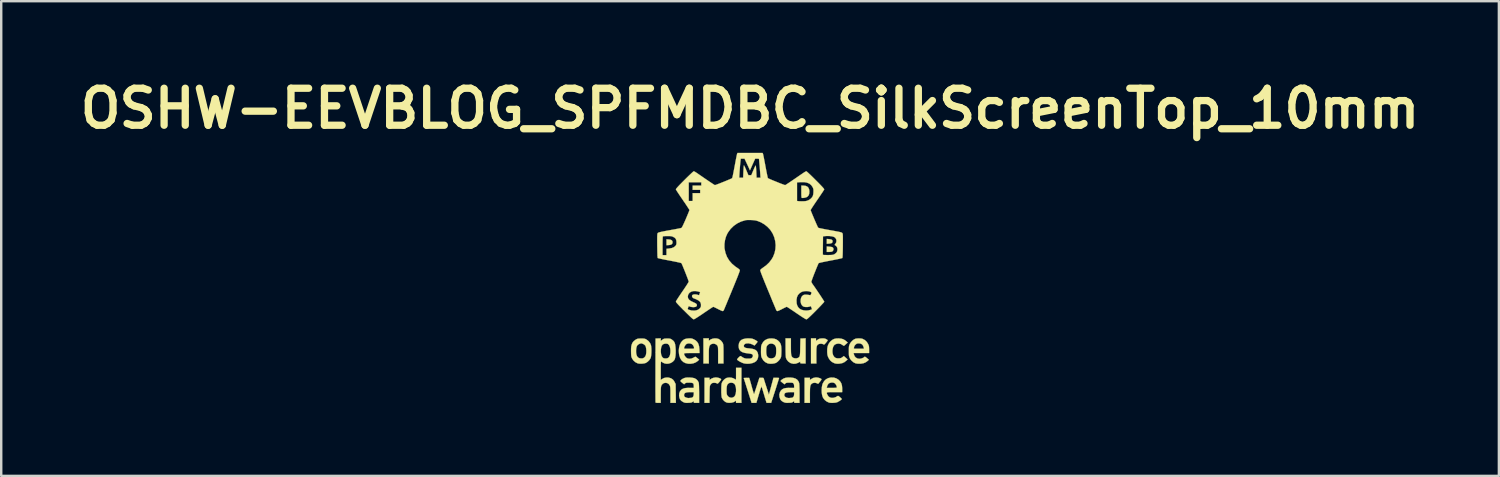
<source format=kicad_pcb>
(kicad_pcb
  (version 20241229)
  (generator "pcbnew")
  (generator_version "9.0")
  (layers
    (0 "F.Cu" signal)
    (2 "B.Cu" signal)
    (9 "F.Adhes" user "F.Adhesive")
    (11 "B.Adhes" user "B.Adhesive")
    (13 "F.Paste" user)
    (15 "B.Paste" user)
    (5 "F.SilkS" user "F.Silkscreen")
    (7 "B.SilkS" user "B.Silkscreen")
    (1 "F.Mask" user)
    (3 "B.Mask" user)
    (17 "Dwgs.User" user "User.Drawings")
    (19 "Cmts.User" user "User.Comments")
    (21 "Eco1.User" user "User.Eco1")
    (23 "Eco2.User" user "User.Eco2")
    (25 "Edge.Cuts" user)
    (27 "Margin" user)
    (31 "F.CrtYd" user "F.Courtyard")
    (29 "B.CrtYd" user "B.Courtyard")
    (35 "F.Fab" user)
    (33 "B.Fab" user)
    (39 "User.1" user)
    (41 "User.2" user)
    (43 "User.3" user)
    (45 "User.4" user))
  (footprint "OSHW-EEVBLOG_SPFMDBC_SilkScreenTop_10mm"
    (layer "F.Cu")
    (at 27.838 8.403)
    (property "Reference" "OSHW-EEVBLOG_SPFMDBC_SilkScreenTop_10mm" (at 0 -6.985 0) (layer "F.SilkS") (effects (font (size 1.524 1.524) (thickness 0.3))))
    (attr through_hole)
    (fp_poly (pts (xy -3.343 -1.592) (xy -3.27 -1.581) (xy -3.222 -1.557) (xy -3.196 -1.519) (xy -3.19 -1.477) (xy -3.199 -1.426) (xy -3.229 -1.391) (xy -3.282 -1.369) (xy -3.343 -1.361) (xy -3.441 -1.355) (xy -3.441 -1.598) (xy -3.343 -1.592)) (stroke (width 0.01) (type solid)) (fill yes) (layer "F.SilkS"))
    (fp_poly (pts (xy 3.259 -1.605) (xy 3.328 -1.594) (xy 3.371 -1.577) (xy 3.394 -1.551) (xy 3.4 -1.514) (xy 3.392 -1.472) (xy 3.366 -1.444) (xy 3.317 -1.428) (xy 3.256 -1.42) (xy 3.16 -1.414) (xy 3.16 -1.614) (xy 3.259 -1.605)) (stroke (width 0.01) (type solid)) (fill yes) (layer "F.SilkS"))
    (fp_poly (pts (xy 3.263 -1.295) (xy 3.319 -1.289) (xy 3.367 -1.28) (xy 3.396 -1.27) (xy 3.426 -1.24) (xy 3.438 -1.197) (xy 3.43 -1.152) (xy 3.405 -1.113) (xy 3.374 -1.092) (xy 3.338 -1.084) (xy 3.286 -1.079) (xy 3.248 -1.078) (xy 3.16 -1.078) (xy 3.16 -1.304) (xy 3.263 -1.295)) (stroke (width 0.01) (type solid)) (fill yes) (layer "F.SilkS"))
    (fp_poly (pts (xy 2.197 -3.81) (xy 2.288 -3.8) (xy 2.358 -3.769) (xy 2.407 -3.718) (xy 2.435 -3.646) (xy 2.444 -3.559) (xy 2.435 -3.468) (xy 2.406 -3.398) (xy 2.358 -3.35) (xy 2.333 -3.335) (xy 2.287 -3.319) (xy 2.232 -3.307) (xy 2.178 -3.3) (xy 2.138 -3.301) (xy 2.13 -3.303) (xy 2.123 -3.314) (xy 2.118 -3.343) (xy 2.114 -3.392) (xy 2.112 -3.465) (xy 2.112 -3.56) (xy 2.112 -3.81) (xy 2.197 -3.81)) (stroke (width 0.01) (type solid)) (fill yes) (layer "F.SilkS"))
    (fp_poly (pts (xy 2.783 4.096) (xy 2.839 4.109) (xy 2.892 4.128) (xy 2.931 4.149) (xy 2.945 4.162) (xy 2.94 4.179) (xy 2.92 4.212) (xy 2.888 4.255) (xy 2.879 4.266) (xy 2.804 4.356) (xy 2.758 4.332) (xy 2.697 4.313) (xy 2.632 4.312) (xy 2.574 4.327) (xy 2.556 4.338) (xy 2.529 4.36) (xy 2.508 4.383) (xy 2.492 4.413) (xy 2.481 4.452) (xy 2.473 4.504) (xy 2.469 4.574) (xy 2.467 4.665) (xy 2.466 4.781) (xy 2.466 4.803) (xy 2.466 5.139) (xy 2.245 5.139) (xy 2.245 4.105) (xy 2.466 4.105) (xy 2.466 4.195) (xy 2.514 4.16) (xy 2.599 4.113) (xy 2.695 4.092) (xy 2.733 4.091) (xy 2.783 4.096)) (stroke (width 0.01) (type solid)) (fill yes) (layer "F.SilkS"))
    (fp_poly (pts (xy 2.717 2.584) (xy 2.785 2.536) (xy 2.826 2.51) (xy 2.865 2.495) (xy 2.913 2.487) (xy 2.959 2.483) (xy 3.024 2.482) (xy 3.071 2.488) (xy 3.111 2.501) (xy 3.127 2.509) (xy 3.166 2.531) (xy 3.192 2.549) (xy 3.197 2.555) (xy 3.193 2.573) (xy 3.172 2.605) (xy 3.14 2.647) (xy 3.13 2.659) (xy 3.091 2.703) (xy 3.066 2.728) (xy 3.049 2.737) (xy 3.033 2.733) (xy 3.017 2.724) (xy 2.967 2.705) (xy 2.905 2.701) (xy 2.846 2.711) (xy 2.814 2.726) (xy 2.789 2.744) (xy 2.769 2.764) (xy 2.754 2.79) (xy 2.744 2.826) (xy 2.737 2.875) (xy 2.733 2.941) (xy 2.732 3.028) (xy 2.731 3.139) (xy 2.731 3.176) (xy 2.733 3.515) (xy 2.51 3.515) (xy 2.51 2.481) (xy 2.717 2.481) (xy 2.717 2.584)) (stroke (width 0.01) (type solid)) (fill yes) (layer "F.SilkS"))
    (fp_poly (pts (xy -1.343 4.097) (xy -1.283 4.112) (xy -1.23 4.132) (xy -1.195 4.156) (xy -1.189 4.163) (xy -1.194 4.182) (xy -1.214 4.216) (xy -1.248 4.259) (xy -1.256 4.269) (xy -1.295 4.313) (xy -1.32 4.337) (xy -1.337 4.346) (xy -1.353 4.343) (xy -1.369 4.333) (xy -1.414 4.317) (xy -1.472 4.31) (xy -1.529 4.314) (xy -1.563 4.326) (xy -1.591 4.348) (xy -1.622 4.383) (xy -1.627 4.39) (xy -1.638 4.406) (xy -1.646 4.423) (xy -1.653 4.445) (xy -1.657 4.477) (xy -1.66 4.521) (xy -1.663 4.582) (xy -1.664 4.664) (xy -1.666 4.771) (xy -1.666 4.788) (xy -1.671 5.139) (xy -1.875 5.139) (xy -1.875 4.105) (xy -1.669 4.105) (xy -1.669 4.152) (xy -1.667 4.183) (xy -1.66 4.188) (xy -1.643 4.175) (xy -1.584 4.136) (xy -1.508 4.107) (xy -1.429 4.092) (xy -1.403 4.091) (xy -1.343 4.097)) (stroke (width 0.01) (type solid)) (fill yes) (layer "F.SilkS"))
    (fp_poly (pts (xy 2.289 3.515) (xy 2.178 3.515) (xy 2.122 3.514) (xy 2.089 3.511) (xy 2.073 3.504) (xy 2.068 3.491) (xy 2.067 3.479) (xy 2.067 3.442) (xy 1.985 3.486) (xy 1.887 3.522) (xy 1.789 3.529) (xy 1.69 3.507) (xy 1.66 3.494) (xy 1.579 3.44) (xy 1.516 3.365) (xy 1.483 3.297) (xy 1.476 3.268) (xy 1.471 3.223) (xy 1.467 3.159) (xy 1.465 3.073) (xy 1.463 2.962) (xy 1.463 2.861) (xy 1.462 2.481) (xy 1.683 2.481) (xy 1.683 2.814) (xy 1.684 2.934) (xy 1.686 3.028) (xy 1.689 3.1) (xy 1.696 3.155) (xy 1.705 3.196) (xy 1.718 3.226) (xy 1.736 3.25) (xy 1.755 3.269) (xy 1.8 3.293) (xy 1.861 3.305) (xy 1.923 3.303) (xy 1.97 3.287) (xy 1.997 3.272) (xy 2.018 3.256) (xy 2.033 3.235) (xy 2.045 3.206) (xy 2.053 3.165) (xy 2.059 3.108) (xy 2.063 3.032) (xy 2.065 2.933) (xy 2.067 2.843) (xy 2.075 2.488) (xy 2.289 2.48) (xy 2.289 3.515)) (stroke (width 0.01) (type solid)) (fill yes) (layer "F.SilkS"))
    (fp_poly (pts (xy -1.698 2.534) (xy -1.697 2.567) (xy -1.691 2.576) (xy -1.676 2.564) (xy -1.673 2.561) (xy -1.614 2.521) (xy -1.538 2.494) (xy -1.453 2.481) (xy -1.369 2.485) (xy -1.294 2.506) (xy -1.285 2.51) (xy -1.201 2.569) (xy -1.138 2.649) (xy -1.121 2.68) (xy -1.113 2.701) (xy -1.106 2.725) (xy -1.101 2.755) (xy -1.098 2.797) (xy -1.095 2.853) (xy -1.094 2.928) (xy -1.093 3.026) (xy -1.093 3.127) (xy -1.093 3.515) (xy -1.314 3.515) (xy -1.314 3.173) (xy -1.314 3.063) (xy -1.315 2.978) (xy -1.317 2.915) (xy -1.319 2.869) (xy -1.324 2.836) (xy -1.33 2.813) (xy -1.338 2.795) (xy -1.344 2.783) (xy -1.389 2.737) (xy -1.448 2.708) (xy -1.514 2.699) (xy -1.578 2.712) (xy -1.609 2.729) (xy -1.636 2.751) (xy -1.657 2.775) (xy -1.673 2.805) (xy -1.684 2.845) (xy -1.691 2.898) (xy -1.696 2.969) (xy -1.698 3.062) (xy -1.698 3.181) (xy -1.698 3.186) (xy -1.698 3.515) (xy -1.92 3.515) (xy -1.92 2.481) (xy -1.698 2.481) (xy -1.698 2.534)) (stroke (width 0.01) (type solid)) (fill yes) (layer "F.SilkS"))
    (fp_poly (pts (xy 3.668 2.484) (xy 3.762 2.495) (xy 3.838 2.518) (xy 3.909 2.558) (xy 3.964 2.602) (xy 4.022 2.653) (xy 3.951 2.718) (xy 3.913 2.753) (xy 3.882 2.778) (xy 3.867 2.789) (xy 3.849 2.783) (xy 3.819 2.763) (xy 3.809 2.756) (xy 3.738 2.714) (xy 3.656 2.696) (xy 3.573 2.704) (xy 3.495 2.736) (xy 3.491 2.739) (xy 3.45 2.782) (xy 3.419 2.845) (xy 3.4 2.923) (xy 3.393 3.006) (xy 3.399 3.09) (xy 3.419 3.165) (xy 3.429 3.187) (xy 3.472 3.249) (xy 3.526 3.287) (xy 3.596 3.304) (xy 3.658 3.304) (xy 3.717 3.298) (xy 3.759 3.285) (xy 3.798 3.26) (xy 3.806 3.254) (xy 3.862 3.209) (xy 3.94 3.278) (xy 4.018 3.348) (xy 3.969 3.396) (xy 3.885 3.462) (xy 3.79 3.504) (xy 3.678 3.523) (xy 3.655 3.525) (xy 3.581 3.525) (xy 3.524 3.519) (xy 3.473 3.504) (xy 3.463 3.5) (xy 3.371 3.452) (xy 3.298 3.387) (xy 3.24 3.299) (xy 3.231 3.283) (xy 3.208 3.231) (xy 3.193 3.187) (xy 3.184 3.138) (xy 3.179 3.075) (xy 3.177 3.04) (xy 3.179 2.913) (xy 3.196 2.807) (xy 3.231 2.717) (xy 3.283 2.639) (xy 3.313 2.607) (xy 3.384 2.546) (xy 3.458 2.507) (xy 3.541 2.487) (xy 3.642 2.483) (xy 3.668 2.484)) (stroke (width 0.01) (type solid)) (fill yes) (layer "F.SilkS"))
    (fp_poly (pts (xy 0.521 4.106) (xy 0.548 4.111) (xy 0.561 4.124) (xy 0.568 4.146) (xy 0.575 4.172) (xy 0.59 4.221) (xy 0.611 4.288) (xy 0.637 4.37) (xy 0.666 4.46) (xy 0.677 4.494) (xy 0.777 4.8) (xy 0.871 4.453) (xy 0.965 4.105) (xy 1.081 4.105) (xy 1.135 4.106) (xy 1.175 4.109) (xy 1.195 4.114) (xy 1.196 4.115) (xy 1.192 4.131) (xy 1.18 4.171) (xy 1.161 4.232) (xy 1.136 4.31) (xy 1.107 4.401) (xy 1.076 4.501) (xy 1.042 4.607) (xy 1.007 4.714) (xy 0.973 4.819) (xy 0.941 4.918) (xy 0.921 4.98) (xy 0.869 5.139) (xy 0.681 5.139) (xy 0.637 4.995) (xy 0.614 4.921) (xy 0.587 4.83) (xy 0.559 4.737) (xy 0.538 4.667) (xy 0.517 4.596) (xy 0.498 4.535) (xy 0.483 4.489) (xy 0.474 4.465) (xy 0.474 4.463) (xy 0.467 4.472) (xy 0.454 4.505) (xy 0.434 4.559) (xy 0.411 4.631) (xy 0.384 4.718) (xy 0.362 4.792) (xy 0.26 5.139) (xy 0.065 5.139) (xy -0.098 4.626) (xy -0.261 4.113) (xy -0.151 4.108) (xy -0.097 4.107) (xy -0.055 4.108) (xy -0.034 4.111) (xy -0.033 4.112) (xy -0.027 4.128) (xy -0.015 4.168) (xy 0.003 4.229) (xy 0.025 4.306) (xy 0.05 4.395) (xy 0.066 4.455) (xy 0.092 4.548) (xy 0.116 4.63) (xy 0.136 4.698) (xy 0.152 4.746) (xy 0.163 4.773) (xy 0.166 4.776) (xy 0.172 4.759) (xy 0.187 4.717) (xy 0.207 4.656) (xy 0.233 4.579) (xy 0.261 4.49) (xy 0.28 4.434) (xy 0.385 4.105) (xy 0.472 4.105) (xy 0.521 4.106)) (stroke (width 0.01) (type solid)) (fill yes) (layer "F.SilkS"))
    (fp_poly (pts (xy -0.354 5.139) (xy -0.576 5.139) (xy -0.576 5.095) (xy -0.582 5.061) (xy -0.596 5.051) (xy -0.614 5.067) (xy -0.614 5.067) (xy -0.646 5.095) (xy -0.7 5.116) (xy -0.768 5.131) (xy -0.842 5.136) (xy -0.915 5.133) (xy -0.972 5.12) (xy -1.025 5.092) (xy -1.08 5.046) (xy -1.127 4.989) (xy -1.16 4.932) (xy -1.165 4.919) (xy -1.173 4.875) (xy -1.179 4.809) (xy -1.183 4.727) (xy -1.184 4.637) (xy -1.184 4.615) (xy -0.966 4.615) (xy -0.966 4.692) (xy -0.962 4.746) (xy -0.956 4.784) (xy -0.945 4.814) (xy -0.937 4.829) (xy -0.891 4.883) (xy -0.832 4.916) (xy -0.766 4.927) (xy -0.701 4.913) (xy -0.647 4.878) (xy -0.613 4.828) (xy -0.59 4.758) (xy -0.578 4.675) (xy -0.576 4.587) (xy -0.584 4.501) (xy -0.604 4.426) (xy -0.634 4.367) (xy -0.648 4.351) (xy -0.699 4.32) (xy -0.763 4.307) (xy -0.828 4.311) (xy -0.875 4.331) (xy -0.913 4.361) (xy -0.939 4.399) (xy -0.955 4.45) (xy -0.964 4.52) (xy -0.966 4.613) (xy -0.966 4.615) (xy -1.184 4.615) (xy -1.184 4.546) (xy -1.181 4.461) (xy -1.177 4.389) (xy -1.17 4.337) (xy -1.167 4.327) (xy -1.138 4.265) (xy -1.091 4.203) (xy -1.032 4.15) (xy -0.972 4.114) (xy -0.953 4.107) (xy -0.858 4.093) (xy -0.763 4.101) (xy -0.676 4.128) (xy -0.604 4.173) (xy -0.602 4.175) (xy -0.593 4.182) (xy -0.586 4.181) (xy -0.581 4.169) (xy -0.578 4.141) (xy -0.577 4.094) (xy -0.576 4.024) (xy -0.576 3.945) (xy -0.576 3.692) (xy -0.354 3.692) (xy -0.354 5.139)) (stroke (width 0.01) (type solid)) (fill yes) (layer "F.SilkS"))
    (fp_poly (pts (xy -4.412 2.489) (xy -4.363 2.492) (xy -4.327 2.5) (xy -4.295 2.513) (xy -4.265 2.529) (xy -4.179 2.596) (xy -4.115 2.679) (xy -4.081 2.759) (xy -4.07 2.818) (xy -4.063 2.895) (xy -4.061 2.983) (xy -4.063 3.073) (xy -4.069 3.159) (xy -4.079 3.233) (xy -4.093 3.288) (xy -4.098 3.3) (xy -4.146 3.374) (xy -4.213 3.441) (xy -4.286 3.49) (xy -4.29 3.492) (xy -4.347 3.51) (xy -4.422 3.521) (xy -4.502 3.525) (xy -4.576 3.521) (xy -4.625 3.511) (xy -4.717 3.466) (xy -4.796 3.398) (xy -4.851 3.322) (xy -4.868 3.287) (xy -4.881 3.257) (xy -4.889 3.223) (xy -4.894 3.179) (xy -4.898 3.118) (xy -4.9 3.04) (xy -4.9 2.989) (xy -4.693 2.989) (xy -4.691 3.072) (xy -4.682 3.134) (xy -4.655 3.213) (xy -4.612 3.268) (xy -4.552 3.299) (xy -4.482 3.308) (xy -4.429 3.305) (xy -4.393 3.294) (xy -4.357 3.269) (xy -4.35 3.263) (xy -4.316 3.225) (xy -4.294 3.18) (xy -4.282 3.134) (xy -4.272 3.057) (xy -4.271 2.973) (xy -4.279 2.892) (xy -4.295 2.823) (xy -4.312 2.783) (xy -4.348 2.745) (xy -4.4 2.712) (xy -4.455 2.691) (xy -4.482 2.688) (xy -4.533 2.698) (xy -4.588 2.726) (xy -4.634 2.762) (xy -4.651 2.783) (xy -4.673 2.836) (xy -4.687 2.907) (xy -4.693 2.989) (xy -4.9 2.989) (xy -4.9 2.91) (xy -4.89 2.804) (xy -4.868 2.719) (xy -4.834 2.649) (xy -4.785 2.591) (xy -4.719 2.541) (xy -4.699 2.529) (xy -4.664 2.51) (xy -4.632 2.498) (xy -4.594 2.492) (xy -4.542 2.489) (xy -4.482 2.488) (xy -4.412 2.489)) (stroke (width 0.01) (type solid)) (fill yes) (layer "F.SilkS"))
    (fp_poly (pts (xy 0.994 2.495) (xy 1.073 2.52) (xy 1.14 2.563) (xy 1.178 2.597) (xy 1.22 2.643) (xy 1.251 2.691) (xy 1.271 2.745) (xy 1.284 2.811) (xy 1.29 2.896) (xy 1.292 2.99) (xy 1.29 3.084) (xy 1.286 3.165) (xy 1.28 3.227) (xy 1.274 3.258) (xy 1.245 3.319) (xy 1.197 3.383) (xy 1.139 3.441) (xy 1.079 3.485) (xy 1.073 3.488) (xy 1.014 3.509) (xy 0.938 3.522) (xy 0.856 3.527) (xy 0.78 3.523) (xy 0.722 3.51) (xy 0.624 3.459) (xy 0.546 3.386) (xy 0.487 3.291) (xy 0.485 3.286) (xy 0.471 3.253) (xy 0.462 3.22) (xy 0.456 3.18) (xy 0.453 3.128) (xy 0.451 3.057) (xy 0.451 3.005) (xy 0.452 2.971) (xy 0.667 2.971) (xy 0.667 3.078) (xy 0.679 3.161) (xy 0.703 3.223) (xy 0.74 3.266) (xy 0.759 3.28) (xy 0.822 3.303) (xy 0.894 3.306) (xy 0.963 3.29) (xy 0.987 3.278) (xy 1.026 3.244) (xy 1.055 3.201) (xy 1.057 3.197) (xy 1.067 3.155) (xy 1.074 3.093) (xy 1.078 3.02) (xy 1.077 2.946) (xy 1.073 2.88) (xy 1.065 2.832) (xy 1.062 2.825) (xy 1.025 2.762) (xy 0.971 2.719) (xy 0.907 2.697) (xy 0.84 2.696) (xy 0.776 2.717) (xy 0.72 2.763) (xy 0.713 2.771) (xy 0.694 2.799) (xy 0.682 2.827) (xy 0.674 2.863) (xy 0.67 2.914) (xy 0.667 2.971) (xy 0.452 2.971) (xy 0.452 2.92) (xy 0.454 2.857) (xy 0.458 2.811) (xy 0.466 2.775) (xy 0.477 2.742) (xy 0.486 2.721) (xy 0.542 2.627) (xy 0.617 2.556) (xy 0.709 2.508) (xy 0.816 2.485) (xy 0.896 2.484) (xy 0.994 2.495)) (stroke (width 0.01) (type solid)) (fill yes) (layer "F.SilkS"))
    (fp_poly (pts (xy -2.418 2.485) (xy -2.378 2.495) (xy -2.333 2.513) (xy -2.331 2.514) (xy -2.243 2.564) (xy -2.176 2.627) (xy -2.129 2.704) (xy -2.1 2.8) (xy -2.086 2.919) (xy -2.085 2.935) (xy -2.079 3.086) (xy -2.398 3.086) (xy -2.508 3.086) (xy -2.592 3.087) (xy -2.652 3.09) (xy -2.691 3.096) (xy -2.712 3.106) (xy -2.718 3.122) (xy -2.713 3.145) (xy -2.698 3.176) (xy -2.684 3.204) (xy -2.637 3.268) (xy -2.575 3.308) (xy -2.501 3.323) (xy -2.418 3.313) (xy -2.328 3.277) (xy -2.28 3.249) (xy -2.261 3.24) (xy -2.242 3.242) (xy -2.216 3.258) (xy -2.176 3.29) (xy -2.171 3.294) (xy -2.095 3.359) (xy -2.152 3.413) (xy -2.234 3.47) (xy -2.333 3.509) (xy -2.442 3.527) (xy -2.553 3.525) (xy -2.656 3.501) (xy -2.748 3.455) (xy -2.823 3.385) (xy -2.878 3.293) (xy -2.916 3.178) (xy -2.926 3.117) (xy -2.935 2.988) (xy -2.925 2.884) (xy -2.717 2.884) (xy -2.714 2.894) (xy -2.703 2.901) (xy -2.679 2.906) (xy -2.637 2.908) (xy -2.573 2.909) (xy -2.51 2.909) (xy -2.429 2.909) (xy -2.372 2.908) (xy -2.336 2.905) (xy -2.315 2.901) (xy -2.306 2.893) (xy -2.304 2.882) (xy -2.304 2.878) (xy -2.315 2.825) (xy -2.344 2.77) (xy -2.384 2.726) (xy -2.399 2.716) (xy -2.458 2.694) (xy -2.528 2.689) (xy -2.593 2.702) (xy -2.616 2.713) (xy -2.65 2.744) (xy -2.683 2.791) (xy -2.708 2.842) (xy -2.717 2.884) (xy -2.925 2.884) (xy -2.923 2.865) (xy -2.894 2.752) (xy -2.847 2.655) (xy -2.796 2.59) (xy -2.741 2.542) (xy -2.685 2.511) (xy -2.618 2.493) (xy -2.531 2.484) (xy -2.53 2.484) (xy -2.465 2.482) (xy -2.418 2.485)) (stroke (width 0.01) (type solid)) (fill yes) (layer "F.SilkS"))
    (fp_poly (pts (xy 3.451 4.098) (xy 3.55 4.127) (xy 3.639 4.182) (xy 3.665 4.205) (xy 3.723 4.271) (xy 3.763 4.344) (xy 3.786 4.431) (xy 3.795 4.538) (xy 3.795 4.564) (xy 3.795 4.696) (xy 3.478 4.696) (xy 3.369 4.696) (xy 3.286 4.697) (xy 3.227 4.699) (xy 3.188 4.705) (xy 3.167 4.715) (xy 3.16 4.731) (xy 3.164 4.753) (xy 3.177 4.783) (xy 3.189 4.81) (xy 3.232 4.873) (xy 3.291 4.914) (xy 3.363 4.933) (xy 3.443 4.928) (xy 3.529 4.901) (xy 3.605 4.856) (xy 3.622 4.85) (xy 3.644 4.857) (xy 3.677 4.881) (xy 3.705 4.904) (xy 3.743 4.938) (xy 3.77 4.966) (xy 3.78 4.98) (xy 3.769 4.997) (xy 3.737 5.023) (xy 3.694 5.053) (xy 3.646 5.082) (xy 3.601 5.106) (xy 3.575 5.116) (xy 3.522 5.128) (xy 3.453 5.135) (xy 3.377 5.138) (xy 3.307 5.135) (xy 3.253 5.127) (xy 3.249 5.125) (xy 3.16 5.084) (xy 3.079 5.021) (xy 3.016 4.942) (xy 2.99 4.892) (xy 2.966 4.809) (xy 2.952 4.709) (xy 2.949 4.6) (xy 2.955 4.519) (xy 3.157 4.519) (xy 3.365 4.519) (xy 3.447 4.519) (xy 3.505 4.518) (xy 3.541 4.515) (xy 3.562 4.51) (xy 3.571 4.503) (xy 3.574 4.492) (xy 3.574 4.488) (xy 3.562 4.435) (xy 3.533 4.38) (xy 3.494 4.335) (xy 3.479 4.324) (xy 3.437 4.306) (xy 3.386 4.3) (xy 3.356 4.301) (xy 3.285 4.316) (xy 3.232 4.348) (xy 3.194 4.403) (xy 3.166 4.483) (xy 3.157 4.519) (xy 2.955 4.519) (xy 2.957 4.493) (xy 2.975 4.396) (xy 2.995 4.337) (xy 3.052 4.241) (xy 3.126 4.168) (xy 3.217 4.119) (xy 3.325 4.095) (xy 3.339 4.094) (xy 3.451 4.098)) (stroke (width 0.01) (type solid)) (fill yes) (layer "F.SilkS"))
    (fp_poly (pts (xy 4.546 2.485) (xy 4.609 2.494) (xy 4.632 2.501) (xy 4.728 2.551) (xy 4.806 2.625) (xy 4.856 2.703) (xy 4.878 2.749) (xy 4.892 2.788) (xy 4.899 2.829) (xy 4.902 2.883) (xy 4.903 2.941) (xy 4.903 3.086) (xy 4.265 3.086) (xy 4.276 3.134) (xy 4.306 3.214) (xy 4.357 3.273) (xy 4.425 3.31) (xy 4.507 3.322) (xy 4.557 3.316) (xy 4.611 3.301) (xy 4.661 3.281) (xy 4.695 3.259) (xy 4.702 3.25) (xy 4.718 3.237) (xy 4.741 3.24) (xy 4.776 3.262) (xy 4.821 3.299) (xy 4.894 3.363) (xy 4.85 3.403) (xy 4.768 3.465) (xy 4.676 3.504) (xy 4.568 3.523) (xy 4.534 3.524) (xy 4.433 3.523) (xy 4.355 3.512) (xy 4.34 3.507) (xy 4.262 3.469) (xy 4.189 3.409) (xy 4.129 3.336) (xy 4.104 3.29) (xy 4.089 3.256) (xy 4.08 3.223) (xy 4.073 3.184) (xy 4.07 3.134) (xy 4.069 3.066) (xy 4.069 3.005) (xy 4.069 2.92) (xy 4.07 2.893) (xy 4.273 2.893) (xy 4.28 2.901) (xy 4.299 2.905) (xy 4.336 2.908) (xy 4.393 2.909) (xy 4.475 2.909) (xy 4.693 2.909) (xy 4.682 2.861) (xy 4.654 2.782) (xy 4.611 2.727) (xy 4.551 2.697) (xy 4.48 2.688) (xy 4.428 2.691) (xy 4.391 2.703) (xy 4.355 2.729) (xy 4.351 2.732) (xy 4.317 2.769) (xy 4.294 2.806) (xy 4.291 2.817) (xy 4.281 2.857) (xy 4.273 2.883) (xy 4.273 2.893) (xy 4.07 2.893) (xy 4.071 2.858) (xy 4.075 2.812) (xy 4.083 2.776) (xy 4.094 2.743) (xy 4.104 2.72) (xy 4.145 2.652) (xy 4.202 2.587) (xy 4.267 2.534) (xy 4.331 2.501) (xy 4.338 2.498) (xy 4.398 2.487) (xy 4.471 2.483) (xy 4.546 2.485)) (stroke (width 0.01) (type solid)) (fill yes) (layer "F.SilkS"))
    (fp_poly (pts (xy 0.023 2.486) (xy 0.076 2.493) (xy 0.086 2.495) (xy 0.132 2.51) (xy 0.184 2.533) (xy 0.234 2.56) (xy 0.277 2.587) (xy 0.304 2.61) (xy 0.31 2.621) (xy 0.3 2.639) (xy 0.276 2.671) (xy 0.247 2.706) (xy 0.185 2.777) (xy 0.098 2.732) (xy 0.019 2.702) (xy -0.064 2.687) (xy -0.142 2.689) (xy -0.197 2.704) (xy -0.234 2.733) (xy -0.255 2.773) (xy -0.254 2.813) (xy -0.251 2.821) (xy -0.232 2.846) (xy -0.202 2.865) (xy -0.157 2.879) (xy -0.092 2.889) (xy -0.028 2.895) (xy 0.083 2.909) (xy 0.169 2.932) (xy 0.233 2.964) (xy 0.28 3.008) (xy 0.313 3.067) (xy 0.318 3.082) (xy 0.337 3.17) (xy 0.332 3.259) (xy 0.307 3.341) (xy 0.261 3.409) (xy 0.249 3.422) (xy 0.18 3.468) (xy 0.091 3.502) (xy -0.01 3.522) (xy -0.116 3.528) (xy -0.22 3.518) (xy -0.284 3.502) (xy -0.342 3.478) (xy -0.405 3.447) (xy -0.464 3.413) (xy -0.51 3.38) (xy -0.53 3.361) (xy -0.533 3.345) (xy -0.517 3.319) (xy -0.481 3.28) (xy -0.472 3.27) (xy -0.432 3.232) (xy -0.405 3.213) (xy -0.387 3.209) (xy -0.373 3.216) (xy -0.307 3.26) (xy -0.256 3.289) (xy -0.21 3.305) (xy -0.159 3.313) (xy -0.095 3.315) (xy -0.086 3.315) (xy -0.022 3.314) (xy 0.02 3.311) (xy 0.048 3.303) (xy 0.07 3.289) (xy 0.08 3.279) (xy 0.109 3.24) (xy 0.118 3.204) (xy 0.113 3.169) (xy 0.094 3.143) (xy 0.058 3.124) (xy -0.00007 3.111) (xy -0.083 3.1) (xy -0.091 3.1) (xy -0.215 3.081) (xy -0.312 3.051) (xy -0.385 3.008) (xy -0.435 2.951) (xy -0.463 2.879) (xy -0.47 2.79) (xy -0.47 2.775) (xy -0.454 2.68) (xy -0.418 2.605) (xy -0.361 2.549) (xy -0.281 2.51) (xy -0.177 2.488) (xy -0.113 2.483) (xy -0.044 2.483) (xy 0.023 2.486)) (stroke (width 0.01) (type solid)) (fill yes) (layer "F.SilkS"))
    (fp_poly (pts (xy -2.437 4.097) (xy -2.356 4.107) (xy -2.291 4.123) (xy -2.278 4.127) (xy -2.208 4.169) (xy -2.151 4.23) (xy -2.115 4.3) (xy -2.113 4.308) (xy -2.108 4.339) (xy -2.104 4.397) (xy -2.101 4.475) (xy -2.099 4.572) (xy -2.097 4.682) (xy -2.097 4.751) (xy -2.097 5.139) (xy -2.208 5.139) (xy -2.264 5.139) (xy -2.297 5.136) (xy -2.313 5.129) (xy -2.318 5.115) (xy -2.318 5.102) (xy -2.318 5.064) (xy -2.364 5.098) (xy -2.391 5.115) (xy -2.424 5.126) (xy -2.469 5.132) (xy -2.534 5.136) (xy -2.545 5.136) (xy -2.612 5.138) (xy -2.66 5.135) (xy -2.697 5.128) (xy -2.734 5.113) (xy -2.759 5.101) (xy -2.834 5.052) (xy -2.884 4.992) (xy -2.912 4.914) (xy -2.921 4.844) (xy -2.921 4.828) (xy -2.717 4.828) (xy -2.706 4.871) (xy -2.679 4.898) (xy -2.637 4.918) (xy -2.586 4.933) (xy -2.538 4.94) (xy -2.513 4.938) (xy -2.485 4.934) (xy -2.445 4.932) (xy -2.442 4.932) (xy -2.384 4.921) (xy -2.344 4.885) (xy -2.323 4.828) (xy -2.318 4.778) (xy -2.318 4.696) (xy -2.448 4.696) (xy -2.546 4.699) (xy -2.619 4.709) (xy -2.669 4.727) (xy -2.7 4.756) (xy -2.715 4.795) (xy -2.717 4.828) (xy -2.921 4.828) (xy -2.916 4.747) (xy -2.888 4.668) (xy -2.836 4.603) (xy -2.817 4.588) (xy -2.771 4.559) (xy -2.718 4.539) (xy -2.652 4.527) (xy -2.567 4.52) (xy -2.485 4.519) (xy -2.318 4.519) (xy -2.318 4.44) (xy -2.322 4.384) (xy -2.335 4.346) (xy -2.363 4.322) (xy -2.41 4.31) (xy -2.48 4.305) (xy -2.511 4.305) (xy -2.575 4.306) (xy -2.618 4.309) (xy -2.646 4.317) (xy -2.668 4.33) (xy -2.678 4.339) (xy -2.714 4.373) (xy -2.796 4.31) (xy -2.839 4.275) (xy -2.862 4.251) (xy -2.867 4.233) (xy -2.863 4.22) (xy -2.833 4.187) (xy -2.784 4.152) (xy -2.723 4.122) (xy -2.668 4.104) (xy -2.604 4.095) (xy -2.523 4.093) (xy -2.437 4.097)) (stroke (width 0.01) (type solid)) (fill yes) (layer "F.SilkS"))
    (fp_poly (pts (xy 1.662 4.094) (xy 1.779 4.108) (xy 1.872 4.137) (xy 1.942 4.183) (xy 1.992 4.246) (xy 2.022 4.319) (xy 2.027 4.354) (xy 2.031 4.414) (xy 2.034 4.497) (xy 2.037 4.6) (xy 2.038 4.718) (xy 2.038 4.759) (xy 2.038 5.139) (xy 1.927 5.139) (xy 1.871 5.139) (xy 1.838 5.136) (xy 1.822 5.129) (xy 1.817 5.115) (xy 1.816 5.102) (xy 1.816 5.064) (xy 1.771 5.098) (xy 1.744 5.115) (xy 1.712 5.126) (xy 1.667 5.132) (xy 1.603 5.135) (xy 1.59 5.136) (xy 1.518 5.137) (xy 1.467 5.133) (xy 1.426 5.124) (xy 1.388 5.109) (xy 1.324 5.074) (xy 1.279 5.036) (xy 1.246 4.989) (xy 1.244 4.984) (xy 1.213 4.896) (xy 1.206 4.805) (xy 1.209 4.792) (xy 1.411 4.792) (xy 1.413 4.84) (xy 1.439 4.883) (xy 1.487 4.916) (xy 1.536 4.931) (xy 1.58 4.938) (xy 1.614 4.939) (xy 1.622 4.938) (xy 1.65 4.934) (xy 1.69 4.932) (xy 1.693 4.932) (xy 1.751 4.921) (xy 1.791 4.885) (xy 1.812 4.828) (xy 1.816 4.778) (xy 1.816 4.696) (xy 1.687 4.696) (xy 1.587 4.7) (xy 1.509 4.711) (xy 1.456 4.729) (xy 1.435 4.744) (xy 1.411 4.792) (xy 1.209 4.792) (xy 1.224 4.717) (xy 1.264 4.64) (xy 1.28 4.622) (xy 1.323 4.582) (xy 1.373 4.553) (xy 1.434 4.534) (xy 1.513 4.523) (xy 1.614 4.519) (xy 1.642 4.519) (xy 1.816 4.519) (xy 1.816 4.447) (xy 1.809 4.38) (xy 1.788 4.34) (xy 1.772 4.323) (xy 1.753 4.313) (xy 1.722 4.307) (xy 1.674 4.305) (xy 1.627 4.305) (xy 1.562 4.305) (xy 1.519 4.309) (xy 1.49 4.316) (xy 1.468 4.329) (xy 1.457 4.339) (xy 1.42 4.374) (xy 1.338 4.312) (xy 1.297 4.279) (xy 1.267 4.253) (xy 1.255 4.238) (xy 1.255 4.238) (xy 1.266 4.222) (xy 1.292 4.196) (xy 1.311 4.18) (xy 1.384 4.133) (xy 1.473 4.104) (xy 1.58 4.093) (xy 1.662 4.094)) (stroke (width 0.01) (type solid)) (fill yes) (layer "F.SilkS"))
    (fp_poly (pts (xy -3.677 2.584) (xy -3.609 2.536) (xy -3.575 2.513) (xy -3.544 2.499) (xy -3.51 2.491) (xy -3.462 2.489) (xy -3.413 2.488) (xy -3.348 2.489) (xy -3.304 2.493) (xy -3.271 2.502) (xy -3.241 2.518) (xy -3.22 2.532) (xy -3.167 2.573) (xy -3.129 2.616) (xy -3.103 2.666) (xy -3.084 2.731) (xy -3.072 2.817) (xy -3.068 2.858) (xy -3.061 2.98) (xy -3.062 3.096) (xy -3.07 3.2) (xy -3.085 3.288) (xy -3.106 3.354) (xy -3.119 3.376) (xy -3.179 3.442) (xy -3.256 3.491) (xy -3.342 3.52) (xy -3.432 3.528) (xy -3.519 3.514) (xy -3.591 3.48) (xy -3.627 3.456) (xy -3.655 3.438) (xy -3.659 3.436) (xy -3.664 3.438) (xy -3.669 3.454) (xy -3.672 3.487) (xy -3.675 3.54) (xy -3.676 3.614) (xy -3.677 3.714) (xy -3.677 3.81) (xy -3.677 4.195) (xy -3.629 4.16) (xy -3.544 4.114) (xy -3.45 4.093) (xy -3.352 4.096) (xy -3.259 4.125) (xy -3.224 4.144) (xy -3.173 4.182) (xy -3.134 4.231) (xy -3.109 4.275) (xy -3.064 4.362) (xy -3.059 4.75) (xy -3.054 5.139) (xy -3.278 5.139) (xy -3.279 4.81) (xy -3.279 4.701) (xy -3.28 4.617) (xy -3.282 4.554) (xy -3.285 4.507) (xy -3.29 4.472) (xy -3.297 4.445) (xy -3.306 4.422) (xy -3.307 4.42) (xy -3.347 4.363) (xy -3.401 4.327) (xy -3.463 4.312) (xy -3.526 4.318) (xy -3.585 4.344) (xy -3.632 4.391) (xy -3.653 4.431) (xy -3.662 4.457) (xy -3.668 4.49) (xy -3.672 4.536) (xy -3.675 4.598) (xy -3.676 4.68) (xy -3.677 4.787) (xy -3.677 4.814) (xy -3.677 5.139) (xy -3.781 5.139) (xy -3.847 5.136) (xy -3.883 5.128) (xy -3.892 5.121) (xy -3.893 5.103) (xy -3.894 5.059) (xy -3.894 4.989) (xy -3.895 4.896) (xy -3.895 4.782) (xy -3.896 4.649) (xy -3.896 4.5) (xy -3.896 4.336) (xy -3.896 4.16) (xy -3.895 3.973) (xy -3.895 3.795) (xy -3.893 3.048) (xy -3.674 3.048) (xy -3.662 3.141) (xy -3.637 3.216) (xy -3.603 3.266) (xy -3.573 3.291) (xy -3.541 3.304) (xy -3.495 3.308) (xy -3.48 3.308) (xy -3.425 3.305) (xy -3.386 3.292) (xy -3.354 3.271) (xy -3.319 3.224) (xy -3.295 3.157) (xy -3.281 3.076) (xy -3.278 2.99) (xy -3.285 2.904) (xy -3.304 2.826) (xy -3.333 2.764) (xy -3.352 2.74) (xy -3.384 2.713) (xy -3.417 2.701) (xy -3.465 2.698) (xy -3.47 2.698) (xy -3.541 2.707) (xy -3.595 2.734) (xy -3.634 2.782) (xy -3.659 2.852) (xy -3.672 2.942) (xy -3.674 3.048) (xy -3.893 3.048) (xy -3.891 2.488) (xy -3.677 2.48) (xy -3.677 2.584)) (stroke (width 0.01) (type solid)) (fill yes) (layer "F.SilkS"))
    (fp_poly (pts (xy 0.532 -5.121) (xy 0.538 -5.098) (xy 0.548 -5.051) (xy 0.563 -4.982) (xy 0.58 -4.895) (xy 0.6 -4.793) (xy 0.621 -4.681) (xy 0.634 -4.609) (xy 0.656 -4.493) (xy 0.676 -4.387) (xy 0.695 -4.294) (xy 0.711 -4.217) (xy 0.723 -4.16) (xy 0.732 -4.126) (xy 0.735 -4.118) (xy 0.754 -4.107) (xy 0.795 -4.087) (xy 0.854 -4.061) (xy 0.927 -4.03) (xy 1.009 -3.997) (xy 1.095 -3.962) (xy 1.181 -3.927) (xy 1.262 -3.895) (xy 1.334 -3.868) (xy 1.392 -3.847) (xy 1.432 -3.833) (xy 1.448 -3.83) (xy 1.467 -3.84) (xy 1.51 -3.867) (xy 1.576 -3.91) (xy 1.622 -3.94) (xy 1.935 -3.94) (xy 1.935 -3.177) (xy 1.975 -3.171) (xy 2.039 -3.165) (xy 2.117 -3.163) (xy 2.199 -3.164) (xy 2.272 -3.169) (xy 2.318 -3.176) (xy 2.405 -3.207) (xy 2.484 -3.256) (xy 2.547 -3.319) (xy 2.569 -3.352) (xy 2.589 -3.396) (xy 2.602 -3.445) (xy 2.609 -3.509) (xy 2.611 -3.544) (xy 2.612 -3.608) (xy 2.61 -3.654) (xy 2.601 -3.691) (xy 2.585 -3.73) (xy 2.574 -3.751) (xy 2.517 -3.832) (xy 2.44 -3.893) (xy 2.341 -3.933) (xy 2.222 -3.953) (xy 2.081 -3.952) (xy 2.062 -3.951) (xy 1.935 -3.94) (xy 1.622 -3.94) (xy 1.666 -3.97) (xy 1.78 -4.047) (xy 1.917 -4.141) (xy 2.078 -4.252) (xy 2.185 -4.325) (xy 2.236 -4.359) (xy 2.28 -4.385) (xy 2.311 -4.399) (xy 2.318 -4.401) (xy 2.333 -4.391) (xy 2.367 -4.362) (xy 2.416 -4.317) (xy 2.479 -4.258) (xy 2.552 -4.188) (xy 2.632 -4.109) (xy 2.701 -4.04) (xy 2.803 -3.938) (xy 2.885 -3.854) (xy 2.949 -3.787) (xy 2.996 -3.736) (xy 3.028 -3.698) (xy 3.047 -3.672) (xy 3.054 -3.655) (xy 3.054 -3.652) (xy 3.044 -3.633) (xy 3.019 -3.593) (xy 2.982 -3.535) (xy 2.933 -3.463) (xy 2.876 -3.378) (xy 2.813 -3.285) (xy 2.771 -3.224) (xy 2.705 -3.127) (xy 2.644 -3.037) (xy 2.591 -2.957) (xy 2.548 -2.891) (xy 2.517 -2.84) (xy 2.499 -2.809) (xy 2.496 -2.801) (xy 2.501 -2.781) (xy 2.517 -2.74) (xy 2.541 -2.68) (xy 2.571 -2.607) (xy 2.606 -2.524) (xy 2.642 -2.438) (xy 2.68 -2.351) (xy 2.715 -2.269) (xy 2.748 -2.196) (xy 2.775 -2.137) (xy 2.794 -2.096) (xy 2.805 -2.077) (xy 2.805 -2.077) (xy 2.818 -2.071) (xy 2.846 -2.062) (xy 2.893 -2.051) (xy 2.959 -2.038) (xy 3.046 -2.02) (xy 3.157 -1.999) (xy 3.294 -1.974) (xy 3.457 -1.945) (xy 3.478 -1.941) (xy 3.582 -1.921) (xy 3.662 -1.906) (xy 3.719 -1.892) (xy 3.759 -1.881) (xy 3.784 -1.869) (xy 3.799 -1.858) (xy 3.799 -1.857) (xy 3.807 -1.847) (xy 3.812 -1.833) (xy 3.817 -1.812) (xy 3.82 -1.78) (xy 3.822 -1.736) (xy 3.823 -1.675) (xy 3.823 -1.594) (xy 3.823 -1.491) (xy 3.822 -1.362) (xy 3.822 -1.335) (xy 3.82 -1.177) (xy 3.817 -1.049) (xy 3.814 -0.95) (xy 3.81 -0.88) (xy 3.805 -0.839) (xy 3.801 -0.827) (xy 3.783 -0.821) (xy 3.74 -0.81) (xy 3.675 -0.795) (xy 3.591 -0.777) (xy 3.492 -0.757) (xy 3.383 -0.736) (xy 3.315 -0.723) (xy 3.2 -0.701) (xy 3.095 -0.68) (xy 3.002 -0.661) (xy 2.925 -0.644) (xy 2.868 -0.63) (xy 2.834 -0.62) (xy 2.827 -0.617) (xy 2.816 -0.597) (xy 2.796 -0.554) (xy 2.77 -0.493) (xy 2.739 -0.418) (xy 2.705 -0.333) (xy 2.669 -0.243) (xy 2.633 -0.153) (xy 2.6 -0.067) (xy 2.571 0.011) (xy 2.548 0.075) (xy 2.532 0.122) (xy 2.525 0.147) (xy 2.525 0.148) (xy 2.533 0.175) (xy 2.555 0.216) (xy 2.575 0.247) (xy 2.632 0.327) (xy 2.692 0.414) (xy 2.754 0.505) (xy 2.816 0.597) (xy 2.876 0.686) (xy 2.931 0.769) (xy 2.978 0.842) (xy 3.017 0.902) (xy 3.043 0.946) (xy 3.056 0.97) (xy 3.057 0.973) (xy 3.047 0.988) (xy 3.018 1.022) (xy 2.973 1.071) (xy 2.915 1.133) (xy 2.845 1.206) (xy 2.766 1.286) (xy 2.707 1.347) (xy 2.607 1.447) (xy 2.525 1.527) (xy 2.46 1.589) (xy 2.41 1.636) (xy 2.372 1.668) (xy 2.345 1.688) (xy 2.326 1.697) (xy 2.319 1.698) (xy 2.295 1.689) (xy 2.248 1.663) (xy 2.181 1.622) (xy 2.094 1.566) (xy 1.989 1.495) (xy 1.906 1.439) (xy 1.813 1.375) (xy 1.726 1.317) (xy 1.651 1.267) (xy 1.588 1.226) (xy 1.543 1.198) (xy 1.517 1.183) (xy 1.513 1.181) (xy 1.493 1.188) (xy 1.453 1.206) (xy 1.398 1.233) (xy 1.334 1.265) (xy 1.325 1.27) (xy 1.259 1.304) (xy 1.2 1.331) (xy 1.155 1.35) (xy 1.129 1.359) (xy 1.127 1.359) (xy 1.099 1.346) (xy 1.083 1.325) (xy 1.074 1.306) (xy 1.056 1.262) (xy 1.028 1.195) (xy 0.992 1.109) (xy 0.949 1.006) (xy 0.924 0.945) (xy 1.913 0.945) (xy 1.922 1.055) (xy 1.95 1.144) (xy 1.998 1.218) (xy 2.042 1.26) (xy 2.111 1.3) (xy 2.198 1.325) (xy 2.295 1.336) (xy 2.393 1.331) (xy 2.485 1.309) (xy 2.498 1.304) (xy 2.553 1.282) (xy 2.529 1.219) (xy 2.506 1.156) (xy 2.438 1.177) (xy 2.366 1.191) (xy 2.291 1.191) (xy 2.223 1.18) (xy 2.174 1.157) (xy 2.127 1.106) (xy 2.096 1.039) (xy 2.082 0.963) (xy 2.085 0.885) (xy 2.103 0.811) (xy 2.137 0.749) (xy 2.186 0.704) (xy 2.191 0.702) (xy 2.229 0.686) (xy 2.274 0.681) (xy 2.334 0.683) (xy 2.389 0.689) (xy 2.436 0.696) (xy 2.46 0.701) (xy 2.482 0.703) (xy 2.499 0.688) (xy 2.515 0.655) (xy 2.528 0.618) (xy 2.529 0.597) (xy 2.517 0.582) (xy 2.514 0.579) (xy 2.461 0.554) (xy 2.39 0.539) (xy 2.309 0.534) (xy 2.227 0.541) (xy 2.153 0.558) (xy 2.119 0.572) (xy 2.034 0.628) (xy 1.972 0.698) (xy 1.933 0.785) (xy 1.915 0.89) (xy 1.913 0.945) (xy 0.924 0.945) (xy 0.9 0.888) (xy 0.847 0.758) (xy 0.789 0.618) (xy 0.739 0.498) (xy 0.662 0.311) (xy 0.597 0.151) (xy 0.542 0.015) (xy 0.498 -0.096) (xy 0.464 -0.185) (xy 0.44 -0.252) (xy 0.425 -0.297) (xy 0.42 -0.324) (xy 0.42 -0.329) (xy 0.437 -0.354) (xy 0.472 -0.386) (xy 0.515 -0.417) (xy 0.665 -0.526) (xy 0.789 -0.644) (xy 0.889 -0.775) (xy 0.947 -0.874) (xy 0.982 -0.962) (xy 2.997 -0.962) (xy 3.031 -0.955) (xy 3.058 -0.952) (xy 3.108 -0.951) (xy 3.173 -0.95) (xy 3.241 -0.95) (xy 3.319 -0.952) (xy 3.375 -0.955) (xy 3.414 -0.961) (xy 3.446 -0.971) (xy 3.476 -0.985) (xy 3.484 -0.99) (xy 3.549 -1.04) (xy 3.588 -1.103) (xy 3.6 -1.179) (xy 3.599 -1.201) (xy 3.587 -1.26) (xy 3.559 -1.306) (xy 3.551 -1.315) (xy 3.52 -1.343) (xy 3.493 -1.358) (xy 3.488 -1.359) (xy 3.483 -1.368) (xy 3.499 -1.394) (xy 3.513 -1.411) (xy 3.549 -1.471) (xy 3.559 -1.538) (xy 3.546 -1.602) (xy 3.509 -1.659) (xy 3.471 -1.688) (xy 3.419 -1.709) (xy 3.346 -1.724) (xy 3.261 -1.734) (xy 3.173 -1.735) (xy 3.116 -1.732) (xy 3.005 -1.72) (xy 2.997 -0.962) (xy 0.982 -0.962) (xy 1.009 -1.029) (xy 1.044 -1.192) (xy 1.054 -1.359) (xy 1.037 -1.525) (xy 0.995 -1.688) (xy 0.928 -1.842) (xy 0.836 -1.984) (xy 0.826 -1.997) (xy 0.715 -2.114) (xy 0.587 -2.216) (xy 0.446 -2.298) (xy 0.299 -2.356) (xy 0.244 -2.371) (xy 0.18 -2.381) (xy 0.101 -2.389) (xy 0.014 -2.393) (xy -0.069 -2.394) (xy -0.141 -2.391) (xy -0.186 -2.385) (xy -0.365 -2.331) (xy -0.527 -2.253) (xy -0.672 -2.151) (xy -0.799 -2.028) (xy -0.906 -1.882) (xy -0.939 -1.824) (xy -0.994 -1.699) (xy -1.032 -1.558) (xy -1.053 -1.411) (xy -1.054 -1.267) (xy -1.049 -1.212) (xy -1.011 -1.035) (xy -0.948 -0.873) (xy -0.859 -0.726) (xy -0.745 -0.594) (xy -0.605 -0.476) (xy -0.534 -0.428) (xy -0.479 -0.39) (xy -0.439 -0.356) (xy -0.42 -0.33) (xy -0.42 -0.329) (xy -0.422 -0.311) (xy -0.433 -0.272) (xy -0.455 -0.211) (xy -0.486 -0.128) (xy -0.527 -0.022) (xy -0.58 0.108) (xy -0.643 0.264) (xy -0.718 0.446) (xy -0.739 0.498) (xy -0.799 0.643) (xy -0.857 0.782) (xy -0.91 0.91) (xy -0.957 1.025) (xy -0.999 1.126) (xy -1.034 1.209) (xy -1.06 1.271) (xy -1.077 1.311) (xy -1.083 1.325) (xy -1.107 1.352) (xy -1.128 1.358) (xy -1.153 1.352) (xy -1.197 1.333) (xy -1.255 1.306) (xy -1.321 1.273) (xy -1.328 1.27) (xy -1.393 1.236) (xy -1.449 1.209) (xy -1.491 1.19) (xy -1.513 1.182) (xy -1.514 1.181) (xy -1.53 1.189) (xy -1.567 1.212) (xy -1.623 1.248) (xy -1.693 1.294) (xy -1.775 1.35) (xy -1.866 1.411) (xy -1.906 1.439) (xy -2.022 1.518) (xy -2.121 1.583) (xy -2.202 1.635) (xy -2.263 1.672) (xy -2.303 1.693) (xy -2.319 1.698) (xy -2.334 1.693) (xy -2.356 1.679) (xy -2.389 1.653) (xy -2.433 1.614) (xy -2.491 1.559) (xy -2.565 1.487) (xy -2.656 1.397) (xy -2.708 1.345) (xy -2.778 1.276) (xy -2.566 1.276) (xy -2.552 1.291) (xy -2.529 1.301) (xy -2.407 1.334) (xy -2.285 1.338) (xy -2.212 1.327) (xy -2.147 1.304) (xy -2.089 1.266) (xy -2.046 1.22) (xy -2.023 1.171) (xy -2.021 1.157) (xy -2.022 1.074) (xy -2.038 1.011) (xy -2.072 0.961) (xy -2.129 0.918) (xy -2.176 0.893) (xy -2.227 0.868) (xy -2.269 0.85) (xy -2.294 0.842) (xy -2.296 0.842) (xy -2.32 0.833) (xy -2.352 0.813) (xy -2.353 0.811) (xy -2.383 0.774) (xy -2.391 0.734) (xy -2.376 0.7) (xy -2.371 0.695) (xy -2.33 0.676) (xy -2.271 0.669) (xy -2.206 0.675) (xy -2.168 0.684) (xy -2.099 0.705) (xy -2.077 0.641) (xy -2.055 0.576) (xy -2.13 0.554) (xy -2.233 0.534) (xy -2.328 0.534) (xy -2.412 0.555) (xy -2.481 0.594) (xy -2.53 0.65) (xy -2.553 0.702) (xy -2.563 0.772) (xy -2.549 0.834) (xy -2.51 0.889) (xy -2.445 0.939) (xy -2.351 0.986) (xy -2.342 0.99) (xy -2.288 1.014) (xy -2.242 1.038) (xy -2.214 1.057) (xy -2.213 1.058) (xy -2.189 1.096) (xy -2.191 1.137) (xy -2.217 1.172) (xy -2.218 1.173) (xy -2.258 1.188) (xy -2.316 1.195) (xy -2.382 1.193) (xy -2.446 1.182) (xy -2.47 1.175) (xy -2.526 1.155) (xy -2.548 1.207) (xy -2.564 1.25) (xy -2.566 1.276) (xy -2.778 1.276) (xy -2.805 1.249) (xy -2.882 1.171) (xy -2.942 1.109) (xy -2.986 1.061) (xy -3.018 1.025) (xy -3.038 0.998) (xy -3.049 0.979) (xy -3.052 0.965) (xy -3.051 0.958) (xy -3.041 0.937) (xy -3.015 0.896) (xy -2.977 0.837) (xy -2.929 0.763) (xy -2.872 0.679) (xy -2.81 0.586) (xy -2.783 0.548) (xy -2.719 0.454) (xy -2.661 0.367) (xy -2.61 0.29) (xy -2.57 0.226) (xy -2.541 0.179) (xy -2.527 0.151) (xy -2.525 0.146) (xy -2.531 0.124) (xy -2.546 0.08) (xy -2.568 0.018) (xy -2.597 -0.058) (xy -2.63 -0.143) (xy -2.665 -0.233) (xy -2.701 -0.323) (xy -2.736 -0.408) (xy -2.767 -0.485) (xy -2.794 -0.548) (xy -2.815 -0.593) (xy -2.827 -0.616) (xy -2.827 -0.617) (xy -2.846 -0.624) (xy -2.889 -0.636) (xy -2.955 -0.651) (xy -3.039 -0.669) (xy -3.138 -0.689) (xy -3.248 -0.711) (xy -3.315 -0.724) (xy -3.43 -0.745) (xy -3.535 -0.766) (xy -3.628 -0.785) (xy -3.704 -0.802) (xy -3.761 -0.815) (xy -3.794 -0.824) (xy -3.801 -0.827) (xy -3.807 -0.847) (xy -3.811 -0.897) (xy -3.815 -0.975) (xy -3.818 -1.083) (xy -3.82 -1.221) (xy -3.822 -1.328) (xy -3.603 -1.328) (xy -3.603 -0.945) (xy -3.441 -0.945) (xy -3.441 -1.207) (xy -3.331 -1.218) (xy -3.22 -1.238) (xy -3.134 -1.274) (xy -3.071 -1.328) (xy -3.059 -1.344) (xy -3.04 -1.377) (xy -3.031 -1.412) (xy -3.029 -1.457) (xy -3.03 -1.494) (xy -3.04 -1.569) (xy -3.065 -1.624) (xy -3.109 -1.667) (xy -3.175 -1.703) (xy -3.212 -1.717) (xy -3.252 -1.726) (xy -3.303 -1.731) (xy -3.373 -1.732) (xy -3.406 -1.732) (xy -3.474 -1.731) (xy -3.531 -1.728) (xy -3.572 -1.725) (xy -3.587 -1.721) (xy -3.593 -1.705) (xy -3.597 -1.662) (xy -3.6 -1.592) (xy -3.602 -1.495) (xy -3.603 -1.369) (xy -3.603 -1.328) (xy -3.822 -1.328) (xy -3.822 -1.335) (xy -3.823 -1.469) (xy -3.823 -1.577) (xy -3.823 -1.662) (xy -3.822 -1.726) (xy -3.82 -1.773) (xy -3.817 -1.807) (xy -3.813 -1.83) (xy -3.808 -1.845) (xy -3.801 -1.855) (xy -3.799 -1.857) (xy -3.788 -1.867) (xy -3.768 -1.876) (xy -3.736 -1.886) (xy -3.69 -1.898) (xy -3.627 -1.912) (xy -3.543 -1.929) (xy -3.436 -1.949) (xy -3.315 -1.971) (xy -3.202 -1.992) (xy -3.096 -2.011) (xy -3.003 -2.029) (xy -2.926 -2.044) (xy -2.868 -2.056) (xy -2.835 -2.064) (xy -2.828 -2.066) (xy -2.813 -2.08) (xy -2.792 -2.115) (xy -2.763 -2.171) (xy -2.726 -2.251) (xy -2.679 -2.355) (xy -2.646 -2.431) (xy -2.605 -2.527) (xy -2.569 -2.614) (xy -2.538 -2.69) (xy -2.514 -2.749) (xy -2.5 -2.788) (xy -2.495 -2.804) (xy -2.503 -2.82) (xy -2.527 -2.858) (xy -2.563 -2.914) (xy -2.61 -2.985) (xy -2.665 -3.069) (xy -2.728 -3.161) (xy -2.771 -3.224) (xy -2.838 -3.321) (xy -2.899 -3.411) (xy -2.953 -3.492) (xy -2.997 -3.559) (xy -3.03 -3.611) (xy -3.049 -3.643) (xy -3.054 -3.652) (xy -3.051 -3.665) (xy -3.037 -3.687) (xy -3.009 -3.721) (xy -2.968 -3.767) (xy -2.91 -3.829) (xy -2.834 -3.906) (xy -2.798 -3.943) (xy -2.525 -3.943) (xy -2.525 -3.175) (xy -2.363 -3.175) (xy -2.363 -3.5) (xy -2.053 -3.5) (xy -2.053 -3.633) (xy -2.363 -3.633) (xy -2.363 -3.81) (xy -2.008 -3.81) (xy -2.008 -3.943) (xy -2.525 -3.943) (xy -2.798 -3.943) (xy -2.739 -4.002) (xy -2.701 -4.04) (xy -2.616 -4.125) (xy -2.536 -4.203) (xy -2.465 -4.271) (xy -2.405 -4.327) (xy -2.359 -4.369) (xy -2.328 -4.394) (xy -2.318 -4.401) (xy -2.296 -4.393) (xy -2.256 -4.371) (xy -2.207 -4.34) (xy -2.185 -4.325) (xy -2.009 -4.204) (xy -1.858 -4.1) (xy -1.73 -4.013) (xy -1.626 -3.943) (xy -1.546 -3.89) (xy -1.49 -3.854) (xy -1.457 -3.834) (xy -1.448 -3.83) (xy -1.43 -3.834) (xy -1.388 -3.848) (xy -1.329 -3.87) (xy -1.257 -3.897) (xy -1.175 -3.93) (xy -1.089 -3.964) (xy -1.003 -3.999) (xy -0.922 -4.033) (xy -0.85 -4.063) (xy -0.791 -4.089) (xy -0.751 -4.108) (xy -0.735 -4.118) (xy -0.729 -4.135) (xy -0.729 -4.135) (xy -0.446 -4.135) (xy -0.284 -4.135) (xy -0.274 -4.386) (xy -0.269 -4.469) (xy -0.265 -4.541) (xy -0.26 -4.598) (xy -0.255 -4.633) (xy -0.252 -4.644) (xy -0.243 -4.633) (xy -0.225 -4.6) (xy -0.2 -4.548) (xy -0.171 -4.483) (xy -0.155 -4.444) (xy -0.068 -4.238) (xy -0.008 -4.238) (xy 0.052 -4.239) (xy 0.139 -4.447) (xy 0.174 -4.53) (xy 0.201 -4.587) (xy 0.219 -4.621) (xy 0.231 -4.633) (xy 0.237 -4.628) (xy 0.241 -4.604) (xy 0.246 -4.557) (xy 0.251 -4.491) (xy 0.256 -4.413) (xy 0.258 -4.367) (xy 0.269 -4.135) (xy 0.431 -4.135) (xy 0.421 -4.286) (xy 0.416 -4.358) (xy 0.409 -4.448) (xy 0.401 -4.547) (xy 0.393 -4.645) (xy 0.39 -4.67) (xy 0.383 -4.75) (xy 0.377 -4.819) (xy 0.372 -4.872) (xy 0.37 -4.904) (xy 0.369 -4.91) (xy 0.356 -4.914) (xy 0.322 -4.917) (xy 0.29 -4.918) (xy 0.211 -4.918) (xy 0.136 -4.751) (xy 0.103 -4.679) (xy 0.072 -4.608) (xy 0.045 -4.548) (xy 0.029 -4.511) (xy -0.004 -4.438) (xy -0.04 -4.519) (xy -0.061 -4.566) (xy -0.091 -4.631) (xy -0.125 -4.703) (xy -0.151 -4.759) (xy -0.226 -4.918) (xy -0.381 -4.918) (xy -0.39 -4.855) (xy -0.396 -4.799) (xy -0.404 -4.72) (xy -0.413 -4.625) (xy -0.421 -4.52) (xy -0.429 -4.413) (xy -0.436 -4.308) (xy -0.436 -4.301) (xy -0.446 -4.135) (xy -0.729 -4.135) (xy -0.719 -4.177) (xy -0.705 -4.242) (xy -0.688 -4.325) (xy -0.669 -4.423) (xy -0.648 -4.533) (xy -0.634 -4.609) (xy -0.612 -4.725) (xy -0.592 -4.833) (xy -0.573 -4.93) (xy -0.557 -5.011) (xy -0.544 -5.072) (xy -0.535 -5.11) (xy -0.532 -5.121) (xy -0.517 -5.154) (xy 0.517 -5.154) (xy 0.532 -5.121)) (stroke (width 0.01) (type solid)) (fill yes) (layer "F.SilkS")))
  (gr_rect
    (start -3 -3)
    (end 58.677 16.547)
    (stroke (width 0.1) (type default))
    (fill no)
    (layer "Edge.Cuts")))
</source>
